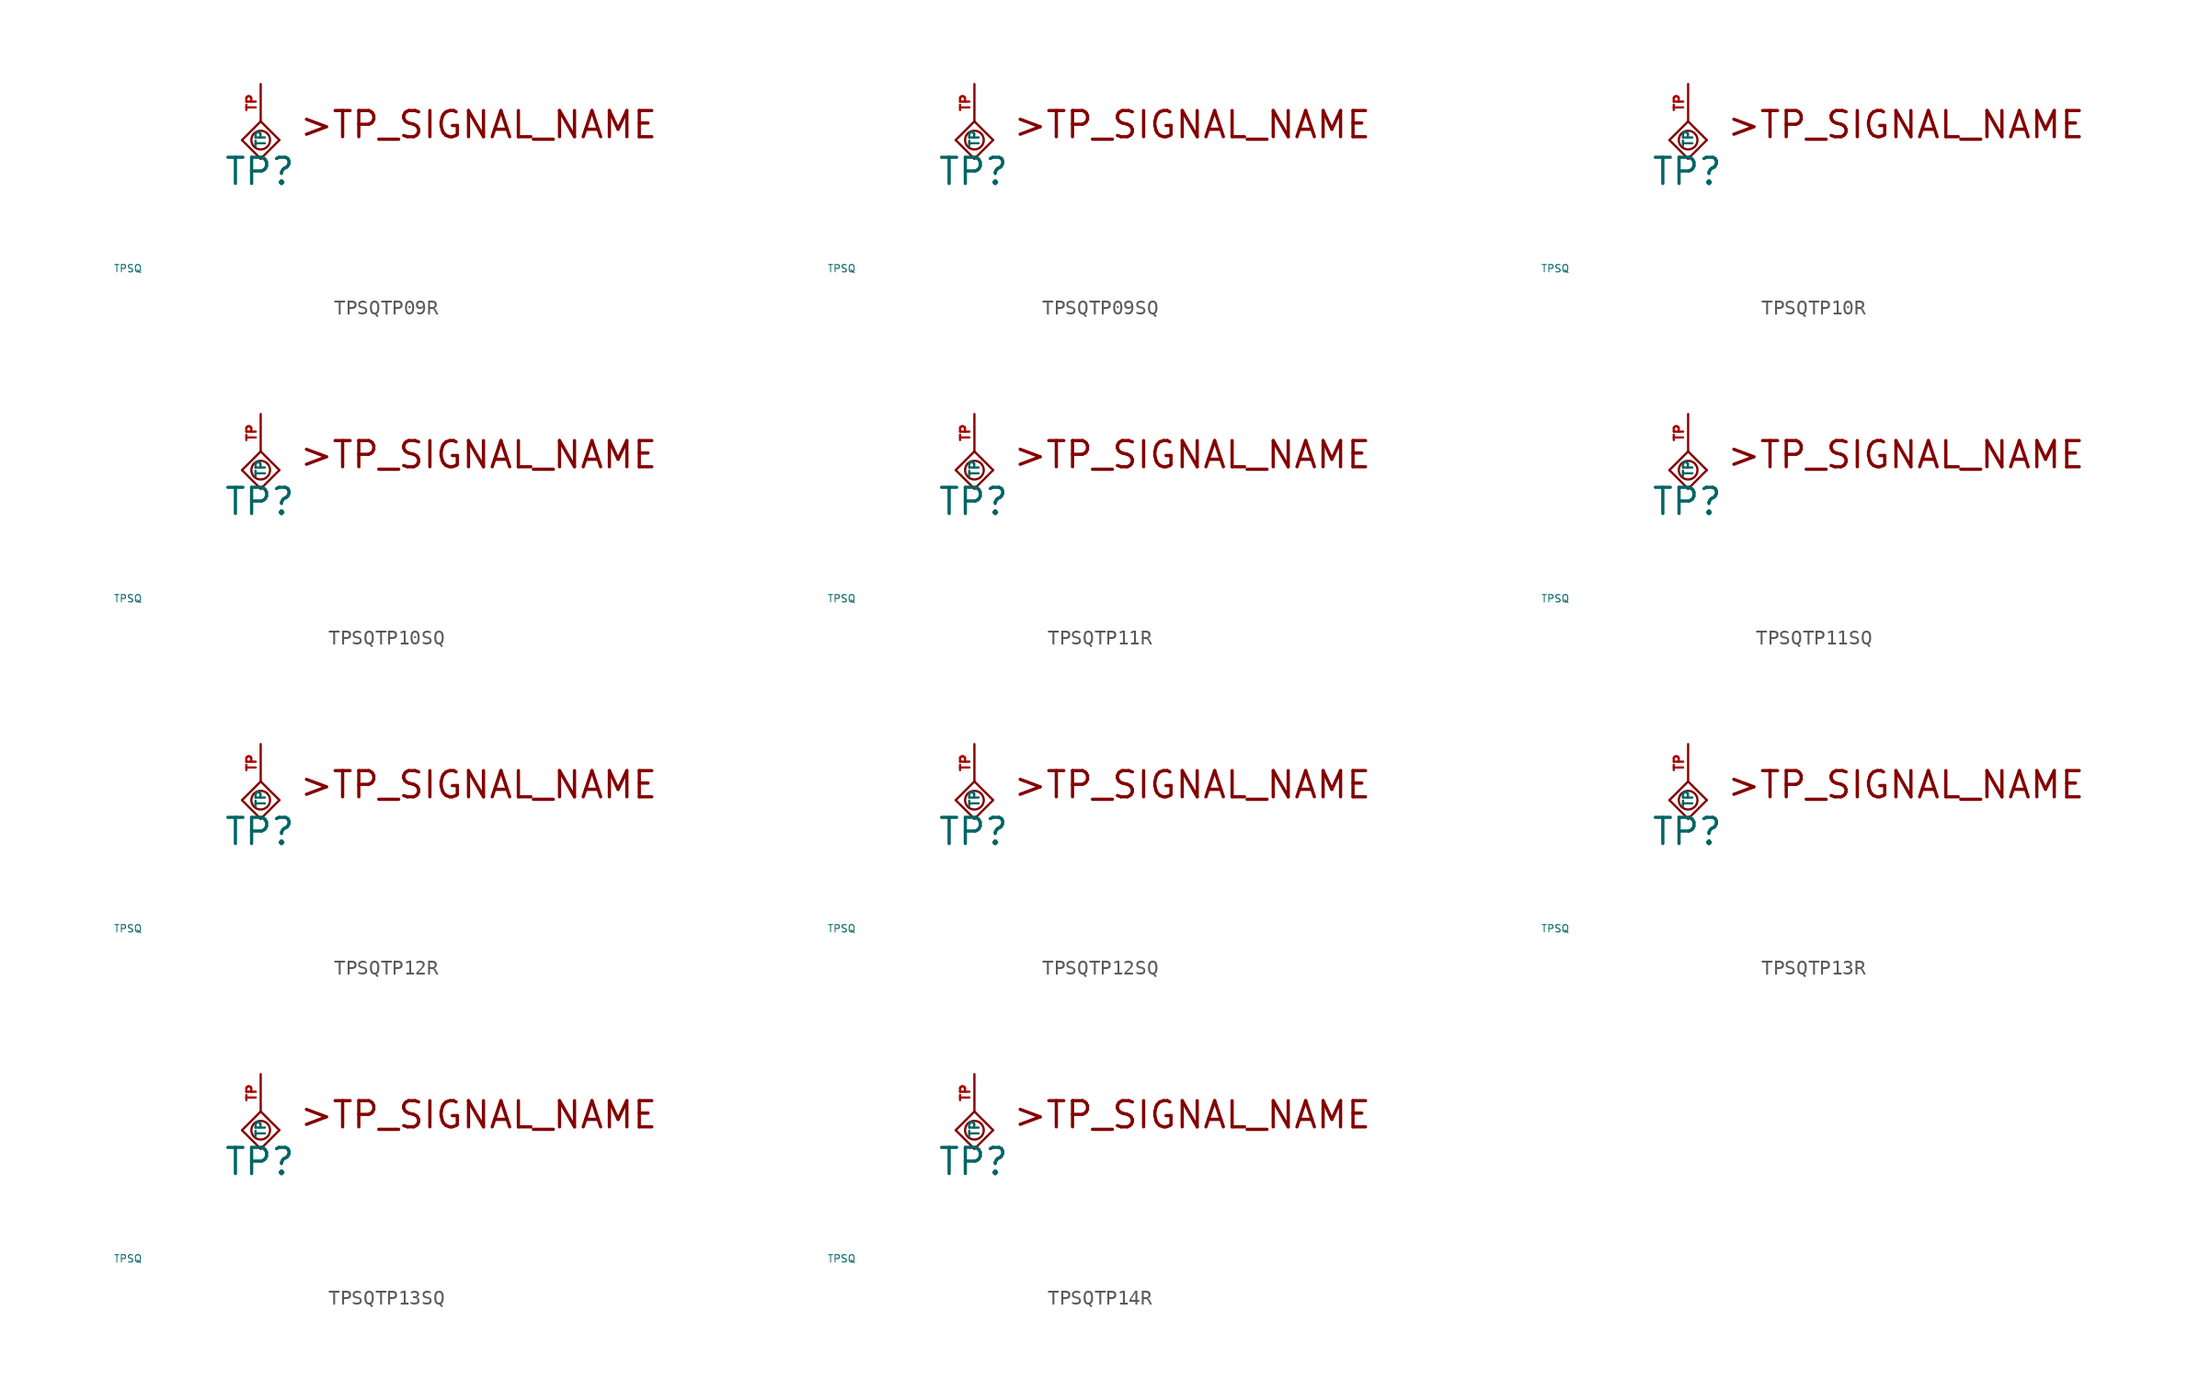
<source format=kicad_sym>
(kicad_symbol_lib
  (version 20220914)
  (generator Eagle2Kicad)
  (symbol "TPSQTP09R"
    (property "Reference" "TP"
      (at -2.54 -4.445 0)
      (effects (font (size 1.778 1.778) (thickness 0.22)) (justify left bottom)))
    (property "Value" "TPSQ"
      (at -10 -10 0)
      (effects (font (size 0.5 0.5) (thickness 0.06)) (justify left)))
    (polyline
      (pts (xy 0 -2.54) (xy 1.27 -1.27))
      (stroke (width 0.152) (type default))
      (fill (type none)))
    (polyline
      (pts (xy 1.27 -1.27) (xy 0 0))
      (stroke (width 0.152) (type default))
      (fill (type none)))
    (polyline
      (pts (xy 0 0) (xy -1.27 -1.27))
      (stroke (width 0.152) (type default))
      (fill (type none)))
    (polyline
      (pts (xy -1.27 -1.27) (xy 0 -2.54))
      (stroke (width 0.152) (type default))
      (fill (type none)))
    (text ">TP_SIGNAL_NAME"
      (at 2.54 -1.27 0)
      (effects (font (size 1.778 1.778) (thickness 0.22)) (justify left bottom)))
    (circle
      (center 0 -1.27)
      (radius 0.635)
      (stroke (width 0.152) (type default))
      (fill (type none)))
    (pin input line
      (at 0 2.54 270)
      (length 2.54)
      (name "TP" (effects (font (size 0.635 0.635) (thickness 0.08)) (justify left bottom)))
      (number "TP" (effects (font (size 0.635 0.635) (thickness 0.08)) (justify left bottom)))))
  (symbol "TPSQTP09SQ"
    (property "Reference" "TP"
      (at -2.54 -4.445 0)
      (effects (font (size 1.778 1.778) (thickness 0.22)) (justify left bottom)))
    (property "Value" "TPSQ"
      (at -10 -10 0)
      (effects (font (size 0.5 0.5) (thickness 0.06)) (justify left)))
    (polyline
      (pts (xy 0 -2.54) (xy 1.27 -1.27))
      (stroke (width 0.152) (type default))
      (fill (type none)))
    (polyline
      (pts (xy 1.27 -1.27) (xy 0 0))
      (stroke (width 0.152) (type default))
      (fill (type none)))
    (polyline
      (pts (xy 0 0) (xy -1.27 -1.27))
      (stroke (width 0.152) (type default))
      (fill (type none)))
    (polyline
      (pts (xy -1.27 -1.27) (xy 0 -2.54))
      (stroke (width 0.152) (type default))
      (fill (type none)))
    (text ">TP_SIGNAL_NAME"
      (at 2.54 -1.27 0)
      (effects (font (size 1.778 1.778) (thickness 0.22)) (justify left bottom)))
    (circle
      (center 0 -1.27)
      (radius 0.635)
      (stroke (width 0.152) (type default))
      (fill (type none)))
    (pin input line
      (at 0 2.54 270)
      (length 2.54)
      (name "TP" (effects (font (size 0.635 0.635) (thickness 0.08)) (justify left bottom)))
      (number "TP" (effects (font (size 0.635 0.635) (thickness 0.08)) (justify left bottom)))))
  (symbol "TPSQTP10R"
    (property "Reference" "TP"
      (at -2.54 -4.445 0)
      (effects (font (size 1.778 1.778) (thickness 0.22)) (justify left bottom)))
    (property "Value" "TPSQ"
      (at -10 -10 0)
      (effects (font (size 0.5 0.5) (thickness 0.06)) (justify left)))
    (polyline
      (pts (xy 0 -2.54) (xy 1.27 -1.27))
      (stroke (width 0.152) (type default))
      (fill (type none)))
    (polyline
      (pts (xy 1.27 -1.27) (xy 0 0))
      (stroke (width 0.152) (type default))
      (fill (type none)))
    (polyline
      (pts (xy 0 0) (xy -1.27 -1.27))
      (stroke (width 0.152) (type default))
      (fill (type none)))
    (polyline
      (pts (xy -1.27 -1.27) (xy 0 -2.54))
      (stroke (width 0.152) (type default))
      (fill (type none)))
    (text ">TP_SIGNAL_NAME"
      (at 2.54 -1.27 0)
      (effects (font (size 1.778 1.778) (thickness 0.22)) (justify left bottom)))
    (circle
      (center 0 -1.27)
      (radius 0.635)
      (stroke (width 0.152) (type default))
      (fill (type none)))
    (pin input line
      (at 0 2.54 270)
      (length 2.54)
      (name "TP" (effects (font (size 0.635 0.635) (thickness 0.08)) (justify left bottom)))
      (number "TP" (effects (font (size 0.635 0.635) (thickness 0.08)) (justify left bottom)))))
  (symbol "TPSQTP10SQ"
    (property "Reference" "TP"
      (at -2.54 -4.445 0)
      (effects (font (size 1.778 1.778) (thickness 0.22)) (justify left bottom)))
    (property "Value" "TPSQ"
      (at -10 -10 0)
      (effects (font (size 0.5 0.5) (thickness 0.06)) (justify left)))
    (polyline
      (pts (xy 0 -2.54) (xy 1.27 -1.27))
      (stroke (width 0.152) (type default))
      (fill (type none)))
    (polyline
      (pts (xy 1.27 -1.27) (xy 0 0))
      (stroke (width 0.152) (type default))
      (fill (type none)))
    (polyline
      (pts (xy 0 0) (xy -1.27 -1.27))
      (stroke (width 0.152) (type default))
      (fill (type none)))
    (polyline
      (pts (xy -1.27 -1.27) (xy 0 -2.54))
      (stroke (width 0.152) (type default))
      (fill (type none)))
    (text ">TP_SIGNAL_NAME"
      (at 2.54 -1.27 0)
      (effects (font (size 1.778 1.778) (thickness 0.22)) (justify left bottom)))
    (circle
      (center 0 -1.27)
      (radius 0.635)
      (stroke (width 0.152) (type default))
      (fill (type none)))
    (pin input line
      (at 0 2.54 270)
      (length 2.54)
      (name "TP" (effects (font (size 0.635 0.635) (thickness 0.08)) (justify left bottom)))
      (number "TP" (effects (font (size 0.635 0.635) (thickness 0.08)) (justify left bottom)))))
  (symbol "TPSQTP11R"
    (property "Reference" "TP"
      (at -2.54 -4.445 0)
      (effects (font (size 1.778 1.778) (thickness 0.22)) (justify left bottom)))
    (property "Value" "TPSQ"
      (at -10 -10 0)
      (effects (font (size 0.5 0.5) (thickness 0.06)) (justify left)))
    (polyline
      (pts (xy 0 -2.54) (xy 1.27 -1.27))
      (stroke (width 0.152) (type default))
      (fill (type none)))
    (polyline
      (pts (xy 1.27 -1.27) (xy 0 0))
      (stroke (width 0.152) (type default))
      (fill (type none)))
    (polyline
      (pts (xy 0 0) (xy -1.27 -1.27))
      (stroke (width 0.152) (type default))
      (fill (type none)))
    (polyline
      (pts (xy -1.27 -1.27) (xy 0 -2.54))
      (stroke (width 0.152) (type default))
      (fill (type none)))
    (text ">TP_SIGNAL_NAME"
      (at 2.54 -1.27 0)
      (effects (font (size 1.778 1.778) (thickness 0.22)) (justify left bottom)))
    (circle
      (center 0 -1.27)
      (radius 0.635)
      (stroke (width 0.152) (type default))
      (fill (type none)))
    (pin input line
      (at 0 2.54 270)
      (length 2.54)
      (name "TP" (effects (font (size 0.635 0.635) (thickness 0.08)) (justify left bottom)))
      (number "TP" (effects (font (size 0.635 0.635) (thickness 0.08)) (justify left bottom)))))
  (symbol "TPSQTP11SQ"
    (property "Reference" "TP"
      (at -2.54 -4.445 0)
      (effects (font (size 1.778 1.778) (thickness 0.22)) (justify left bottom)))
    (property "Value" "TPSQ"
      (at -10 -10 0)
      (effects (font (size 0.5 0.5) (thickness 0.06)) (justify left)))
    (polyline
      (pts (xy 0 -2.54) (xy 1.27 -1.27))
      (stroke (width 0.152) (type default))
      (fill (type none)))
    (polyline
      (pts (xy 1.27 -1.27) (xy 0 0))
      (stroke (width 0.152) (type default))
      (fill (type none)))
    (polyline
      (pts (xy 0 0) (xy -1.27 -1.27))
      (stroke (width 0.152) (type default))
      (fill (type none)))
    (polyline
      (pts (xy -1.27 -1.27) (xy 0 -2.54))
      (stroke (width 0.152) (type default))
      (fill (type none)))
    (text ">TP_SIGNAL_NAME"
      (at 2.54 -1.27 0)
      (effects (font (size 1.778 1.778) (thickness 0.22)) (justify left bottom)))
    (circle
      (center 0 -1.27)
      (radius 0.635)
      (stroke (width 0.152) (type default))
      (fill (type none)))
    (pin input line
      (at 0 2.54 270)
      (length 2.54)
      (name "TP" (effects (font (size 0.635 0.635) (thickness 0.08)) (justify left bottom)))
      (number "TP" (effects (font (size 0.635 0.635) (thickness 0.08)) (justify left bottom)))))
  (symbol "TPSQTP12R"
    (property "Reference" "TP"
      (at -2.54 -4.445 0)
      (effects (font (size 1.778 1.778) (thickness 0.22)) (justify left bottom)))
    (property "Value" "TPSQ"
      (at -10 -10 0)
      (effects (font (size 0.5 0.5) (thickness 0.06)) (justify left)))
    (polyline
      (pts (xy 0 -2.54) (xy 1.27 -1.27))
      (stroke (width 0.152) (type default))
      (fill (type none)))
    (polyline
      (pts (xy 1.27 -1.27) (xy 0 0))
      (stroke (width 0.152) (type default))
      (fill (type none)))
    (polyline
      (pts (xy 0 0) (xy -1.27 -1.27))
      (stroke (width 0.152) (type default))
      (fill (type none)))
    (polyline
      (pts (xy -1.27 -1.27) (xy 0 -2.54))
      (stroke (width 0.152) (type default))
      (fill (type none)))
    (text ">TP_SIGNAL_NAME"
      (at 2.54 -1.27 0)
      (effects (font (size 1.778 1.778) (thickness 0.22)) (justify left bottom)))
    (circle
      (center 0 -1.27)
      (radius 0.635)
      (stroke (width 0.152) (type default))
      (fill (type none)))
    (pin input line
      (at 0 2.54 270)
      (length 2.54)
      (name "TP" (effects (font (size 0.635 0.635) (thickness 0.08)) (justify left bottom)))
      (number "TP" (effects (font (size 0.635 0.635) (thickness 0.08)) (justify left bottom)))))
  (symbol "TPSQTP12SQ"
    (property "Reference" "TP"
      (at -2.54 -4.445 0)
      (effects (font (size 1.778 1.778) (thickness 0.22)) (justify left bottom)))
    (property "Value" "TPSQ"
      (at -10 -10 0)
      (effects (font (size 0.5 0.5) (thickness 0.06)) (justify left)))
    (polyline
      (pts (xy 0 -2.54) (xy 1.27 -1.27))
      (stroke (width 0.152) (type default))
      (fill (type none)))
    (polyline
      (pts (xy 1.27 -1.27) (xy 0 0))
      (stroke (width 0.152) (type default))
      (fill (type none)))
    (polyline
      (pts (xy 0 0) (xy -1.27 -1.27))
      (stroke (width 0.152) (type default))
      (fill (type none)))
    (polyline
      (pts (xy -1.27 -1.27) (xy 0 -2.54))
      (stroke (width 0.152) (type default))
      (fill (type none)))
    (text ">TP_SIGNAL_NAME"
      (at 2.54 -1.27 0)
      (effects (font (size 1.778 1.778) (thickness 0.22)) (justify left bottom)))
    (circle
      (center 0 -1.27)
      (radius 0.635)
      (stroke (width 0.152) (type default))
      (fill (type none)))
    (pin input line
      (at 0 2.54 270)
      (length 2.54)
      (name "TP" (effects (font (size 0.635 0.635) (thickness 0.08)) (justify left bottom)))
      (number "TP" (effects (font (size 0.635 0.635) (thickness 0.08)) (justify left bottom)))))
  (symbol "TPSQTP13R"
    (property "Reference" "TP"
      (at -2.54 -4.445 0)
      (effects (font (size 1.778 1.778) (thickness 0.22)) (justify left bottom)))
    (property "Value" "TPSQ"
      (at -10 -10 0)
      (effects (font (size 0.5 0.5) (thickness 0.06)) (justify left)))
    (polyline
      (pts (xy 0 -2.54) (xy 1.27 -1.27))
      (stroke (width 0.152) (type default))
      (fill (type none)))
    (polyline
      (pts (xy 1.27 -1.27) (xy 0 0))
      (stroke (width 0.152) (type default))
      (fill (type none)))
    (polyline
      (pts (xy 0 0) (xy -1.27 -1.27))
      (stroke (width 0.152) (type default))
      (fill (type none)))
    (polyline
      (pts (xy -1.27 -1.27) (xy 0 -2.54))
      (stroke (width 0.152) (type default))
      (fill (type none)))
    (text ">TP_SIGNAL_NAME"
      (at 2.54 -1.27 0)
      (effects (font (size 1.778 1.778) (thickness 0.22)) (justify left bottom)))
    (circle
      (center 0 -1.27)
      (radius 0.635)
      (stroke (width 0.152) (type default))
      (fill (type none)))
    (pin input line
      (at 0 2.54 270)
      (length 2.54)
      (name "TP" (effects (font (size 0.635 0.635) (thickness 0.08)) (justify left bottom)))
      (number "TP" (effects (font (size 0.635 0.635) (thickness 0.08)) (justify left bottom)))))
  (symbol "TPSQTP13SQ"
    (property "Reference" "TP"
      (at -2.54 -4.445 0)
      (effects (font (size 1.778 1.778) (thickness 0.22)) (justify left bottom)))
    (property "Value" "TPSQ"
      (at -10 -10 0)
      (effects (font (size 0.5 0.5) (thickness 0.06)) (justify left)))
    (polyline
      (pts (xy 0 -2.54) (xy 1.27 -1.27))
      (stroke (width 0.152) (type default))
      (fill (type none)))
    (polyline
      (pts (xy 1.27 -1.27) (xy 0 0))
      (stroke (width 0.152) (type default))
      (fill (type none)))
    (polyline
      (pts (xy 0 0) (xy -1.27 -1.27))
      (stroke (width 0.152) (type default))
      (fill (type none)))
    (polyline
      (pts (xy -1.27 -1.27) (xy 0 -2.54))
      (stroke (width 0.152) (type default))
      (fill (type none)))
    (text ">TP_SIGNAL_NAME"
      (at 2.54 -1.27 0)
      (effects (font (size 1.778 1.778) (thickness 0.22)) (justify left bottom)))
    (circle
      (center 0 -1.27)
      (radius 0.635)
      (stroke (width 0.152) (type default))
      (fill (type none)))
    (pin input line
      (at 0 2.54 270)
      (length 2.54)
      (name "TP" (effects (font (size 0.635 0.635) (thickness 0.08)) (justify left bottom)))
      (number "TP" (effects (font (size 0.635 0.635) (thickness 0.08)) (justify left bottom)))))
  (symbol "TPSQTP14R"
    (property "Reference" "TP"
      (at -2.54 -4.445 0)
      (effects (font (size 1.778 1.778) (thickness 0.22)) (justify left bottom)))
    (property "Value" "TPSQ"
      (at -10 -10 0)
      (effects (font (size 0.5 0.5) (thickness 0.06)) (justify left)))
    (polyline
      (pts (xy 0 -2.54) (xy 1.27 -1.27))
      (stroke (width 0.152) (type default))
      (fill (type none)))
    (polyline
      (pts (xy 1.27 -1.27) (xy 0 0))
      (stroke (width 0.152) (type default))
      (fill (type none)))
    (polyline
      (pts (xy 0 0) (xy -1.27 -1.27))
      (stroke (width 0.152) (type default))
      (fill (type none)))
    (polyline
      (pts (xy -1.27 -1.27) (xy 0 -2.54))
      (stroke (width 0.152) (type default))
      (fill (type none)))
    (text ">TP_SIGNAL_NAME"
      (at 2.54 -1.27 0)
      (effects (font (size 1.778 1.778) (thickness 0.22)) (justify left bottom)))
    (circle
      (center 0 -1.27)
      (radius 0.635)
      (stroke (width 0.152) (type default))
      (fill (type none)))
    (pin input line
      (at 0 2.54 270)
      (length 2.54)
      (name "TP" (effects (font (size 0.635 0.635) (thickness 0.08)) (justify left bottom)))
      (number "TP" (effects (font (size 0.635 0.635) (thickness 0.08)) (justify left bottom))))))
</source>
